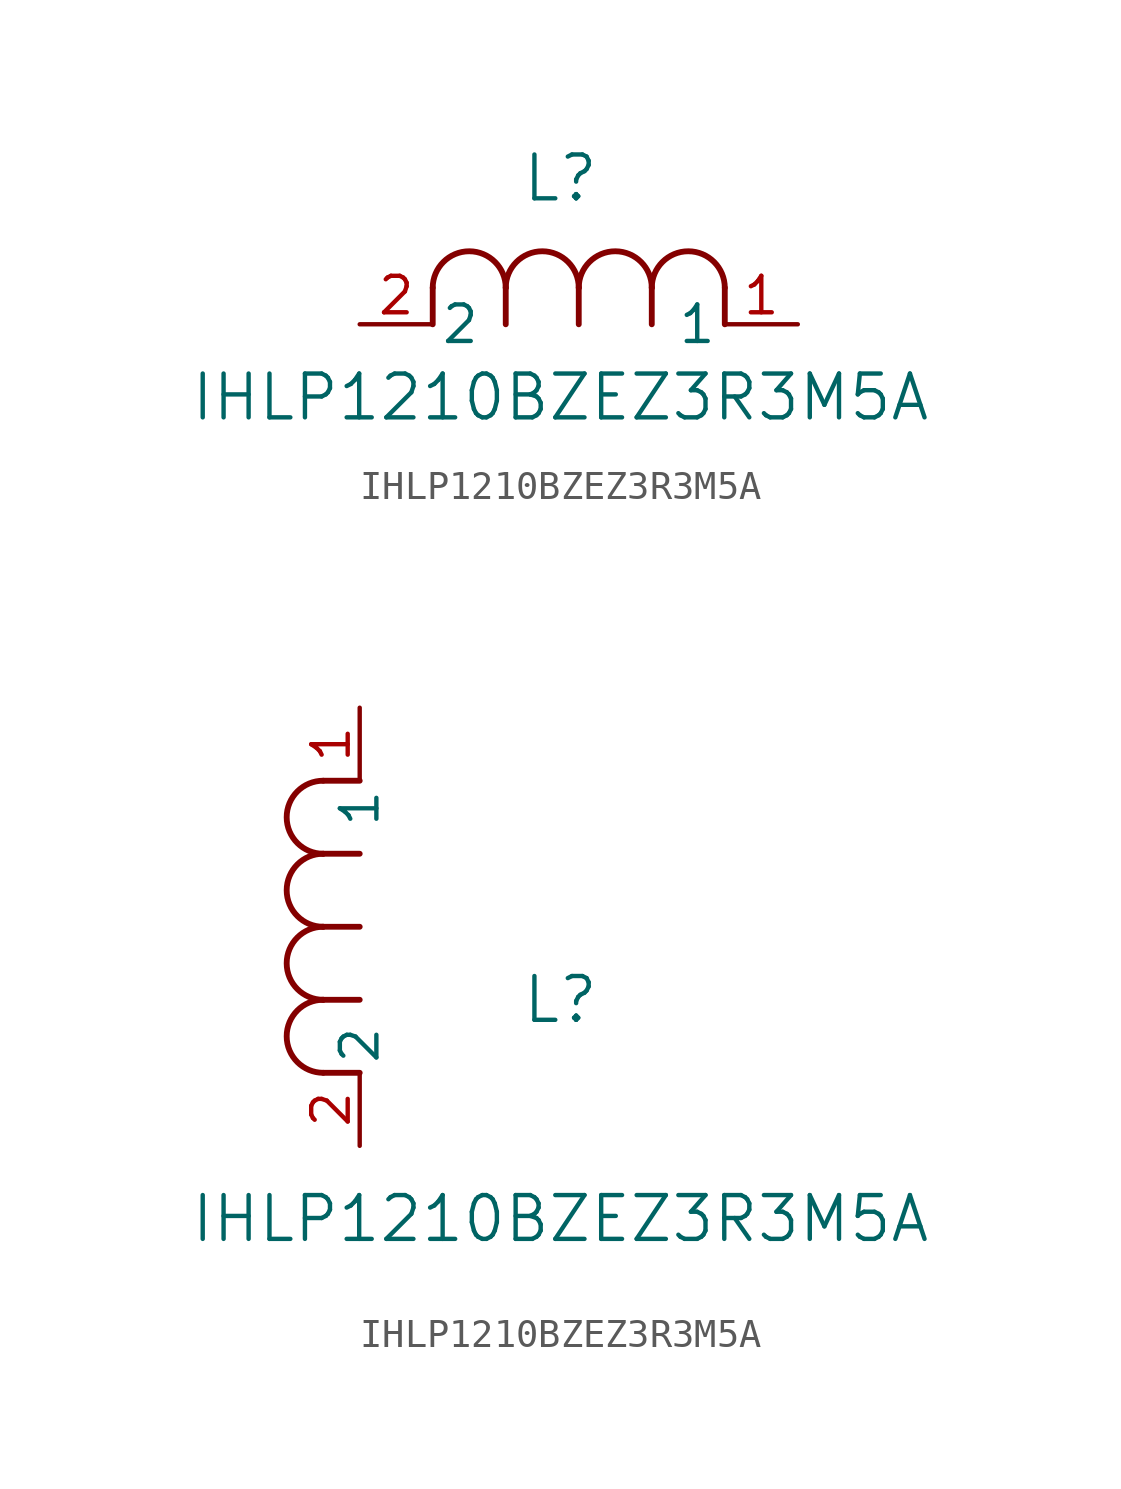
<source format=kicad_sym>
(kicad_symbol_lib
  (version 20211014)
  (generator kicad_symbol_editor)
  (symbol "IHLP1210BZEZ3R3M5A"
    (pin_names
      (offset 0.254))
    (property "Reference" "L"
      (at 6.985 5.08 0)
      (effects (font (size 1.524 1.524))))
    (property "Value" "IHLP1210BZEZ3R3M5A"
      (at 6.985 -2.54 0)
      (effects (font (size 1.524 1.524))))
    (symbol "IHLP1210BZEZ3R3M5A_1_1"
      (arc (start 7.62 1.27) (mid 6.35 2.54) (end 5.08 1.27) (stroke (width 0.2032) (type default) (color 0 0 0 0)) (fill (type none)))
      (polyline (pts (xy 5.08 0) (xy 5.08 1.27)) (stroke (width 0.203) (type default) (color 0 0 0 0)) (fill (type none)))
      (polyline (pts (xy 7.62 0) (xy 7.62 1.27)) (stroke (width 0.203) (type default) (color 0 0 0 0)) (fill (type none)))
      (polyline (pts (xy 12.7 0) (xy 12.7 1.27)) (stroke (width 0.203) (type default) (color 0 0 0 0)) (fill (type none)))
      (arc (start 5.08 1.27) (mid 3.81 2.54) (end 2.54 1.27) (stroke (width 0.2032) (type default) (color 0 0 0 0)) (fill (type none)))
      (arc (start 10.16 1.27) (mid 8.89 2.54) (end 7.62 1.27) (stroke (width 0.2032) (type default) (color 0 0 0 0)) (fill (type none)))
      (arc (start 12.7 1.27) (mid 11.43 2.54) (end 10.16 1.27) (stroke (width 0.2032) (type default) (color 0 0 0 0)) (fill (type none)))
      (polyline (pts (xy 2.54 0) (xy 2.54 1.27)) (stroke (width 0.203) (type default) (color 0 0 0 0)) (fill (type none)))
      (polyline (pts (xy 10.16 0) (xy 10.16 1.27)) (stroke (width 0.203) (type default) (color 0 0 0 0)) (fill (type none)))
      (pin unspecified line (at 0 0 0) (length 2.54) (name "2" (effects (font (size 1.27 1.27)))) (number "2" (effects (font (size 1.27 1.27)))))
      (pin unspecified line (at 15.24 0 180) (length 2.54) (name "1" (effects (font (size 1.27 1.27)))) (number "1" (effects (font (size 1.27 1.27))))))
    (symbol "IHLP1210BZEZ3R3M5A_1_2"
      (arc (start -1.27 7.62) (mid -2.54 6.35) (end -1.27 5.08) (stroke (width 0.2032) (type default) (color 0 0 0 0)) (fill (type none)))
      (arc (start -1.27 5.08) (mid -2.54 3.81) (end -1.27 2.54) (stroke (width 0.2032) (type default) (color 0 0 0 0)) (fill (type none)))
      (arc (start -1.27 12.7) (mid -2.54 11.43) (end -1.27 10.16) (stroke (width 0.2032) (type default) (color 0 0 0 0)) (fill (type none)))
      (arc (start -1.27 10.16) (mid -2.54 8.89) (end -1.27 7.62) (stroke (width 0.2032) (type default) (color 0 0 0 0)) (fill (type none)))
      (polyline (pts (xy 0 7.62) (xy -1.27 7.62)) (stroke (width 0.203) (type default) (color 0 0 0 0)) (fill (type none)))
      (polyline (pts (xy 0 5.08) (xy -1.27 5.08)) (stroke (width 0.203) (type default) (color 0 0 0 0)) (fill (type none)))
      (polyline (pts (xy 0 12.7) (xy -1.27 12.7)) (stroke (width 0.203) (type default) (color 0 0 0 0)) (fill (type none)))
      (polyline (pts (xy 0 2.54) (xy -1.27 2.54)) (stroke (width 0.203) (type default) (color 0 0 0 0)) (fill (type none)))
      (polyline (pts (xy 0 10.16) (xy -1.27 10.16)) (stroke (width 0.203) (type default) (color 0 0 0 0)) (fill (type none)))
      (pin unspecified line (at 0 0 90) (length 2.54) (name "2" (effects (font (size 1.27 1.27)))) (number "2" (effects (font (size 1.27 1.27)))))
      (pin unspecified line (at 0 15.24 270) (length 2.54) (name "1" (effects (font (size 1.27 1.27)))) (number "1" (effects (font (size 1.27 1.27))))))))
</source>
